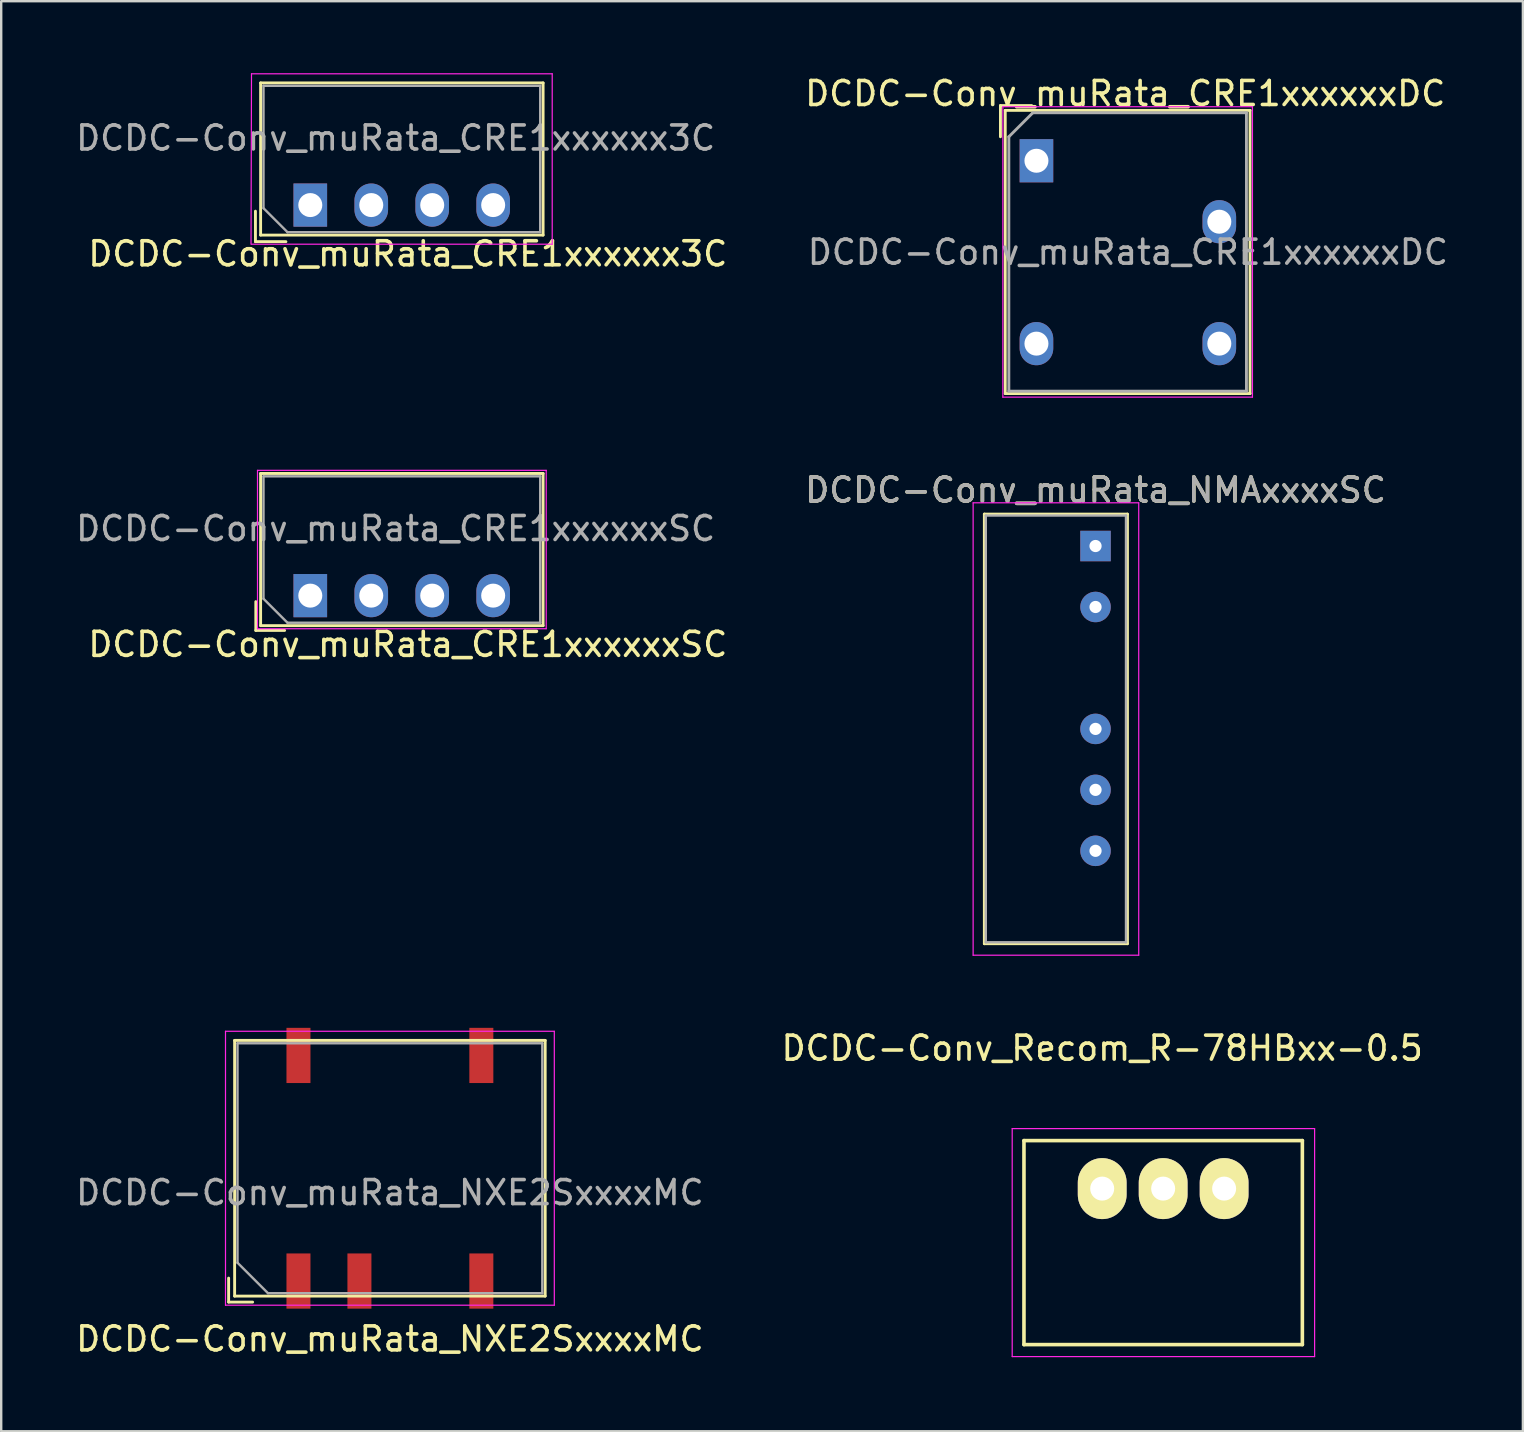
<source format=kicad_pcb>
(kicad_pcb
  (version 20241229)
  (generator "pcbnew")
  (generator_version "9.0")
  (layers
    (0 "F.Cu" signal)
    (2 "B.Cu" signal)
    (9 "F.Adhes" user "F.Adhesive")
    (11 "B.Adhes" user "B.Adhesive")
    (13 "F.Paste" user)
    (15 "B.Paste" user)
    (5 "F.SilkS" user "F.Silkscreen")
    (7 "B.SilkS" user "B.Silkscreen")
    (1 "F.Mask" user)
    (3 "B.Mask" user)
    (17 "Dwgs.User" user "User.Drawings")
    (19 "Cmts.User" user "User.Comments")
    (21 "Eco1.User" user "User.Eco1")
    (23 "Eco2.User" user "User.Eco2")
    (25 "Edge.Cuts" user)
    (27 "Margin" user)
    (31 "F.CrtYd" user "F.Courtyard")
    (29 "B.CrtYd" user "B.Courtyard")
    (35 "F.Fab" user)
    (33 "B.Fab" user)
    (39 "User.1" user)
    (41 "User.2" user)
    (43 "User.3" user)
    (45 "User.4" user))
  (footprint "DCDC-Conv_muRata_CRE1xxxxxx3C"
    (layer "F.Cu")
    (at 9.879 5.495)
    (property "Reference" "DCDC-Conv_muRata_CRE1xxxxxx3C" (at 4.064 2.032 0) (layer "F.SilkS") (effects (font (size 1 1) (thickness 0.15))))
    (attr through_hole)
    (fp_line (start -2.286 0.254) (end -2.286 1.524) (stroke (width 0.12) (type solid)) (layer "F.SilkS"))
    (fp_line (start -2.286 1.524) (end -1.016 1.524) (stroke (width 0.12) (type solid)) (layer "F.SilkS"))
    (fp_line (start -2.07 -5.09) (end -2.07 1.25) (stroke (width 0.12) (type solid)) (layer "F.SilkS"))
    (fp_line (start -2.07 -5.09) (end 9.7 -5.09) (stroke (width 0.12) (type solid)) (layer "F.SilkS"))
    (fp_line (start -2.07 1.25) (end 9.7 1.25) (stroke (width 0.12) (type solid)) (layer "F.SilkS"))
    (fp_line (start -1.27 1.524) (end -1.27 1.524) (stroke (width 0.05) (type solid)) (layer "F.SilkS"))
    (fp_line (start 9.7 -5.09) (end 9.7 1.25) (stroke (width 0.12) (type solid)) (layer "F.SilkS"))
    (fp_line (start -2.45 -5.47) (end -2.47 1.63) (stroke (width 0.05) (type solid)) (layer "F.CrtYd"))
    (fp_line (start -2.45 -5.47) (end 10.08 -5.47) (stroke (width 0.05) (type solid)) (layer "F.CrtYd"))
    (fp_line (start -2.45 1.63) (end 10.08 1.63) (stroke (width 0.05) (type solid)) (layer "F.CrtYd"))
    (fp_line (start 10.08 -5.47) (end 10.08 1.63) (stroke (width 0.05) (type solid)) (layer "F.CrtYd"))
    (fp_line (start -1.95 -4.97) (end 9.58 -4.97) (stroke (width 0.1) (type solid)) (layer "F.Fab"))
    (fp_line (start -1.95 0.13) (end -1.95 -4.97) (stroke (width 0.1) (type solid)) (layer "F.Fab"))
    (fp_line (start -1.95 0.13) (end -0.95 1.13) (stroke (width 0.1) (type solid)) (layer "F.Fab"))
    (fp_line (start -0.95 1.13) (end 9.58 1.13) (stroke (width 0.1) (type solid)) (layer "F.Fab"))
    (fp_line (start 9.58 1.13) (end 9.58 -4.97) (stroke (width 0.1) (type solid)) (layer "F.Fab"))
    (fp_text user "${REFERENCE}" (at 3.556 -2.794 0) (layer "F.Fab") (effects (font (size 1 1) (thickness 0.15))))
    (pad "1" thru_hole rect (at 0 0) (size 1.4 1.8) (drill 1) (layers "*.Cu" "*.Mask"))
    (pad "2" thru_hole oval (at 2.54 0) (size 1.4 1.8) (drill 1) (layers "*.Cu" "*.Mask"))
    (pad "3" thru_hole oval (at 5.08 0) (size 1.4 1.8) (drill 1) (layers "*.Cu" "*.Mask"))
    (pad "4" thru_hole oval (at 7.62 0) (size 1.4 1.8) (drill 1) (layers "*.Cu" "*.Mask")))
  (footprint "DCDC-Conv_muRata_NXE2SxxxxMC"
    (layer "F.Cu")
    (at 13.196 45.627)
    (property "Reference" "DCDC-Conv_muRata_NXE2SxxxxMC" (at 0 7.112 0) (layer "F.SilkS") (effects (font (size 1 1) (thickness 0.15))))
    (attr through_hole)
    (fp_line (start -6.72 4.577) (end -6.72 5.577) (stroke (width 0.12) (type solid)) (layer "F.SilkS"))
    (fp_line (start -6.72 5.577) (end -5.72 5.577) (stroke (width 0.12) (type solid)) (layer "F.SilkS"))
    (fp_line (start -6.47 -5.327) (end 6.47 -5.327) (stroke (width 0.12) (type solid)) (layer "F.SilkS"))
    (fp_line (start -6.47 5.327) (end -6.47 -5.327) (stroke (width 0.12) (type solid)) (layer "F.SilkS"))
    (fp_line (start 6.47 -5.327) (end 6.47 5.327) (stroke (width 0.12) (type solid)) (layer "F.SilkS"))
    (fp_line (start 6.47 5.327) (end -6.47 5.327) (stroke (width 0.12) (type solid)) (layer "F.SilkS"))
    (fp_line (start -6.85 -5.707) (end 6.85 -5.707) (stroke (width 0.05) (type solid)) (layer "F.CrtYd"))
    (fp_line (start -6.85 5.707) (end -6.85 -5.707) (stroke (width 0.05) (type solid)) (layer "F.CrtYd"))
    (fp_line (start 6.85 -5.707) (end 6.85 5.707) (stroke (width 0.05) (type solid)) (layer "F.CrtYd"))
    (fp_line (start 6.85 5.707) (end -6.85 5.707) (stroke (width 0.05) (type solid)) (layer "F.CrtYd"))
    (fp_line (start -6.35 -5.207) (end 6.35 -5.207) (stroke (width 0.1) (type solid)) (layer "F.Fab"))
    (fp_line (start -6.35 3.937) (end -6.35 -5.207) (stroke (width 0.1) (type solid)) (layer "F.Fab"))
    (fp_line (start -6.35 3.937) (end -5.08 5.207) (stroke (width 0.1) (type solid)) (layer "F.Fab"))
    (fp_line (start 6.35 -5.207) (end 6.35 5.207) (stroke (width 0.1) (type solid)) (layer "F.Fab"))
    (fp_line (start 6.35 5.207) (end -5.08 5.207) (stroke (width 0.1) (type solid)) (layer "F.Fab"))
    (fp_text user "${REFERENCE}" (at 0 1.016 0) (layer "F.Fab") (effects (font (size 1 1) (thickness 0.15))))
    (pad "1" smd rect (at -3.81 4.7) (size 1 2.3) (layers "F.Cu" "F.Mask" "F.Paste"))
    (pad "2" smd rect (at -1.27 4.7) (size 1 2.3) (layers "F.Cu" "F.Mask" "F.Paste"))
    (pad "3" smd rect (at 3.81 4.7) (size 1 2.3) (layers "F.Cu" "F.Mask" "F.Paste"))
    (pad "4" smd rect (at -3.81 -4.7) (size 1 2.3) (layers "F.Cu" "F.Mask" "F.Paste"))
    (pad "5" smd rect (at 3.81 -4.7) (size 1 2.3) (layers "F.Cu" "F.Mask" "F.Paste")))
  (footprint "DCDC-Conv_Recom_R-78HBxx-0.5"
    (layer "F.Cu")
    (at 42.875 46.475)
    (property "Reference" "DCDC-Conv_Recom_R-78HBxx-0.5" (at 0 -5.85 0) (layer "F.SilkS") (effects (font (size 1 1) (thickness 0.15))))
    (attr through_hole)
    (fp_line (start -3.26 -2) (end 8.34 -2) (stroke (width 0.15) (type solid)) (layer "F.SilkS"))
    (fp_line (start -3.26 6.5) (end -3.26 -2) (stroke (width 0.15) (type solid)) (layer "F.SilkS"))
    (fp_line (start 8.34 -2) (end 8.34 6.5) (stroke (width 0.15) (type solid)) (layer "F.SilkS"))
    (fp_line (start 8.34 6.5) (end -3.26 6.5) (stroke (width 0.15) (type solid)) (layer "F.SilkS"))
    (fp_line (start -3.75 -2.5) (end -3.75 7) (stroke (width 0.05) (type solid)) (layer "F.CrtYd"))
    (fp_line (start -3.75 -2.5) (end 8.85 -2.5) (stroke (width 0.05) (type solid)) (layer "F.CrtYd"))
    (fp_line (start -3.75 7) (end 8.85 7) (stroke (width 0.05) (type solid)) (layer "F.CrtYd"))
    (fp_line (start 8.85 -2.5) (end 8.85 7) (stroke (width 0.05) (type solid)) (layer "F.CrtYd"))
    (pad "1" thru_hole oval (at 0 0) (size 2.032 2.54) (drill 1) (layers "*.Cu" "*.Mask" "F.SilkS"))
    (pad "2" thru_hole oval (at 2.54 0) (size 2.032 2.54) (drill 1) (layers "*.Cu" "*.Mask" "F.SilkS"))
    (pad "3" thru_hole oval (at 5.08 0) (size 2.032 2.54) (drill 1) (layers "*.Cu" "*.Mask" "F.SilkS")))
  (footprint "DCDC-Conv_muRata_NMAxxxxSC"
    (layer "F.Cu")
    (at 42.597 19.701)
    (property "Reference" "DCDC-Conv_muRata_NMAxxxxSC" (at 0 -2.33 0) (layer "F.SilkS") (effects (font (size 1 1) (thickness 0.15))))
    (attr through_hole)
    (fp_line (start -4.632 -1.33) (end -4.632 16.57) (stroke (width 0.12) (type solid)) (layer "F.SilkS"))
    (fp_line (start -4.632 16.57) (end 1.33 16.57) (stroke (width 0.12) (type solid)) (layer "F.SilkS"))
    (fp_line (start 1.33 -1.33) (end -4.632 -1.33) (stroke (width 0.12) (type solid)) (layer "F.SilkS"))
    (fp_line (start 1.33 16.57) (end 1.33 -1.33) (stroke (width 0.12) (type solid)) (layer "F.SilkS"))
    (fp_line (start -5.1 -1.8) (end -5.1 17.05) (stroke (width 0.05) (type solid)) (layer "F.CrtYd"))
    (fp_line (start -5.1 17.05) (end 1.8 17.05) (stroke (width 0.05) (type solid)) (layer "F.CrtYd"))
    (fp_line (start 1.8 -1.8) (end -5.1 -1.8) (stroke (width 0.05) (type solid)) (layer "F.CrtYd"))
    (fp_line (start 1.8 17.05) (end 1.8 -1.8) (stroke (width 0.05) (type solid)) (layer "F.CrtYd"))
    (fp_line (start -4.572 -1.27) (end -4.572 16.51) (stroke (width 0.1) (type solid)) (layer "F.Fab"))
    (fp_line (start -4.572 16.51) (end 1.27 16.51) (stroke (width 0.1) (type solid)) (layer "F.Fab"))
    (fp_line (start 1.27 -1.27) (end -4.572 -1.27) (stroke (width 0.1) (type solid)) (layer "F.Fab"))
    (fp_line (start 1.27 16.51) (end 1.27 -1.27) (stroke (width 0.1) (type solid)) (layer "F.Fab"))
    (fp_text user "${REFERENCE}" (at 0 -2.33 0) (layer "F.Fab") (effects (font (size 1 1) (thickness 0.15))))
    (pad "1" thru_hole rect (at 0 0) (size 1.27 1.27) (drill 0.508) (layers "*.Cu" "*.Mask"))
    (pad "2" thru_hole oval (at 0 2.54) (size 1.27 1.27) (drill 0.508) (layers "*.Cu" "*.Mask"))
    (pad "4" thru_hole oval (at 0 7.62) (size 1.27 1.27) (drill 0.508) (layers "*.Cu" "*.Mask"))
    (pad "5" thru_hole oval (at 0 10.16) (size 1.27 1.27) (drill 0.508) (layers "*.Cu" "*.Mask"))
    (pad "6" thru_hole oval (at 0 12.7) (size 1.27 1.27) (drill 0.508) (layers "*.Cu" "*.Mask")))
  (footprint "DCDC-Conv_muRata_CRE1xxxxxxSC"
    (layer "F.Cu")
    (at 9.879 21.768)
    (property "Reference" "DCDC-Conv_muRata_CRE1xxxxxxSC" (at 4.064 2.032 0) (layer "F.SilkS") (effects (font (size 1 1) (thickness 0.15))))
    (attr through_hole)
    (fp_line (start -2.27 0.25) (end -2.27 1.45) (stroke (width 0.12) (type solid)) (layer "F.SilkS"))
    (fp_line (start -2.27 1.45) (end -1.07 1.45) (stroke (width 0.12) (type solid)) (layer "F.SilkS"))
    (fp_line (start -2.07 -5.09) (end -2.07 1.25) (stroke (width 0.12) (type solid)) (layer "F.SilkS"))
    (fp_line (start -2.07 -5.09) (end 9.7 -5.09) (stroke (width 0.12) (type solid)) (layer "F.SilkS"))
    (fp_line (start -2.07 1.25) (end 9.7 1.25) (stroke (width 0.12) (type solid)) (layer "F.SilkS"))
    (fp_line (start 9.7 -5.09) (end 9.7 1.25) (stroke (width 0.12) (type solid)) (layer "F.SilkS"))
    (fp_line (start -2.2 -5.22) (end -2.2 1.38) (stroke (width 0.05) (type solid)) (layer "F.CrtYd"))
    (fp_line (start -2.2 -5.22) (end 9.83 -5.22) (stroke (width 0.05) (type solid)) (layer "F.CrtYd"))
    (fp_line (start -2.2 1.38) (end 9.83 1.38) (stroke (width 0.05) (type solid)) (layer "F.CrtYd"))
    (fp_line (start 9.83 -5.22) (end 9.83 1.38) (stroke (width 0.05) (type solid)) (layer "F.CrtYd"))
    (fp_line (start -1.95 -4.97) (end 9.58 -4.97) (stroke (width 0.1) (type solid)) (layer "F.Fab"))
    (fp_line (start -1.95 0.13) (end -1.95 -4.97) (stroke (width 0.1) (type solid)) (layer "F.Fab"))
    (fp_line (start -1.95 0.13) (end -0.95 1.13) (stroke (width 0.1) (type solid)) (layer "F.Fab"))
    (fp_line (start -0.95 1.13) (end 9.58 1.13) (stroke (width 0.1) (type solid)) (layer "F.Fab"))
    (fp_line (start 9.58 1.13) (end 9.58 -4.97) (stroke (width 0.1) (type solid)) (layer "F.Fab"))
    (fp_text user "${REFERENCE}" (at 3.556 -2.794 0) (layer "F.Fab") (effects (font (size 1 1) (thickness 0.15))))
    (pad "1" thru_hole rect (at 0 0) (size 1.4 1.8) (drill 1) (layers "*.Cu" "*.Mask"))
    (pad "2" thru_hole oval (at 2.54 0) (size 1.4 1.8) (drill 1) (layers "*.Cu" "*.Mask"))
    (pad "3" thru_hole oval (at 5.08 0) (size 1.4 1.8) (drill 1) (layers "*.Cu" "*.Mask"))
    (pad "4" thru_hole oval (at 7.62 0) (size 1.4 1.8) (drill 1) (layers "*.Cu" "*.Mask")))
  (footprint "DCDC-Conv_muRata_CRE1xxxxxxDC"
    (layer "F.Cu")
    (at 40.135 3.648)
    (property "Reference" "DCDC-Conv_muRata_CRE1xxxxxxDC" (at 3.7 -2.8 0) (layer "F.SilkS") (effects (font (size 1 1) (thickness 0.15))))
    (attr through_hole)
    (fp_line (start -1.5 -1) (end -1.5 -2.3) (stroke (width 0.12) (type solid)) (layer "F.SilkS"))
    (fp_line (start -1.3 -2.1) (end 8.9 -2.1) (stroke (width 0.12) (type solid)) (layer "F.SilkS"))
    (fp_line (start -1.3 9.7) (end -1.3 -2.1) (stroke (width 0.12) (type solid)) (layer "F.SilkS"))
    (fp_line (start -0.2 -2.3) (end -1.5 -2.3) (stroke (width 0.12) (type solid)) (layer "F.SilkS"))
    (fp_line (start 8.9 -2.1) (end 8.9 9.7) (stroke (width 0.12) (type solid)) (layer "F.SilkS"))
    (fp_line (start 8.9 9.7) (end -1.3 9.7) (stroke (width 0.12) (type solid)) (layer "F.SilkS"))
    (fp_line (start -1.4 -2.25) (end -1.4 9.85) (stroke (width 0.05) (type solid)) (layer "F.CrtYd"))
    (fp_line (start -1.4 -2.25) (end 9 -2.25) (stroke (width 0.05) (type solid)) (layer "F.CrtYd"))
    (fp_line (start 9 9.85) (end -1.4 9.85) (stroke (width 0.05) (type solid)) (layer "F.CrtYd"))
    (fp_line (start 9 9.85) (end 9 -2.25) (stroke (width 0.05) (type solid)) (layer "F.CrtYd"))
    (fp_line (start -1.15 -1) (end -0.15 -2) (stroke (width 0.12) (type solid)) (layer "F.Fab"))
    (fp_line (start -1.15 9.6) (end -1.15 -1) (stroke (width 0.12) (type solid)) (layer "F.Fab"))
    (fp_line (start -0.15 -2) (end 8.75 -2) (stroke (width 0.12) (type solid)) (layer "F.Fab"))
    (fp_line (start 8.75 -2) (end 8.75 9.6) (stroke (width 0.12) (type solid)) (layer "F.Fab"))
    (fp_line (start 8.75 9.6) (end -1.15 9.6) (stroke (width 0.12) (type solid)) (layer "F.Fab"))
    (fp_text user "${REFERENCE}" (at 3.81 3.81 0) (layer "F.Fab") (effects (font (size 1 1) (thickness 0.15))))
    (pad "1" thru_hole rect (at 0 0) (size 1.4 1.8) (drill 1) (layers "*.Cu" "*.Mask"))
    (pad "4" thru_hole oval (at 0 7.62) (size 1.4 1.8) (drill 1) (layers "*.Cu" "*.Mask"))
    (pad "5" thru_hole oval (at 7.62 7.62) (size 1.4 1.8) (drill 1) (layers "*.Cu" "*.Mask"))
    (pad "7" thru_hole oval (at 7.62 2.54) (size 1.4 1.8) (drill 1) (layers "*.Cu" "*.Mask")))
  (gr_rect
    (start -3 -3)
    (end 60.404 56.587)
    (stroke (width 0.1) (type default))
    (fill no)
    (layer "Edge.Cuts")))
</source>
